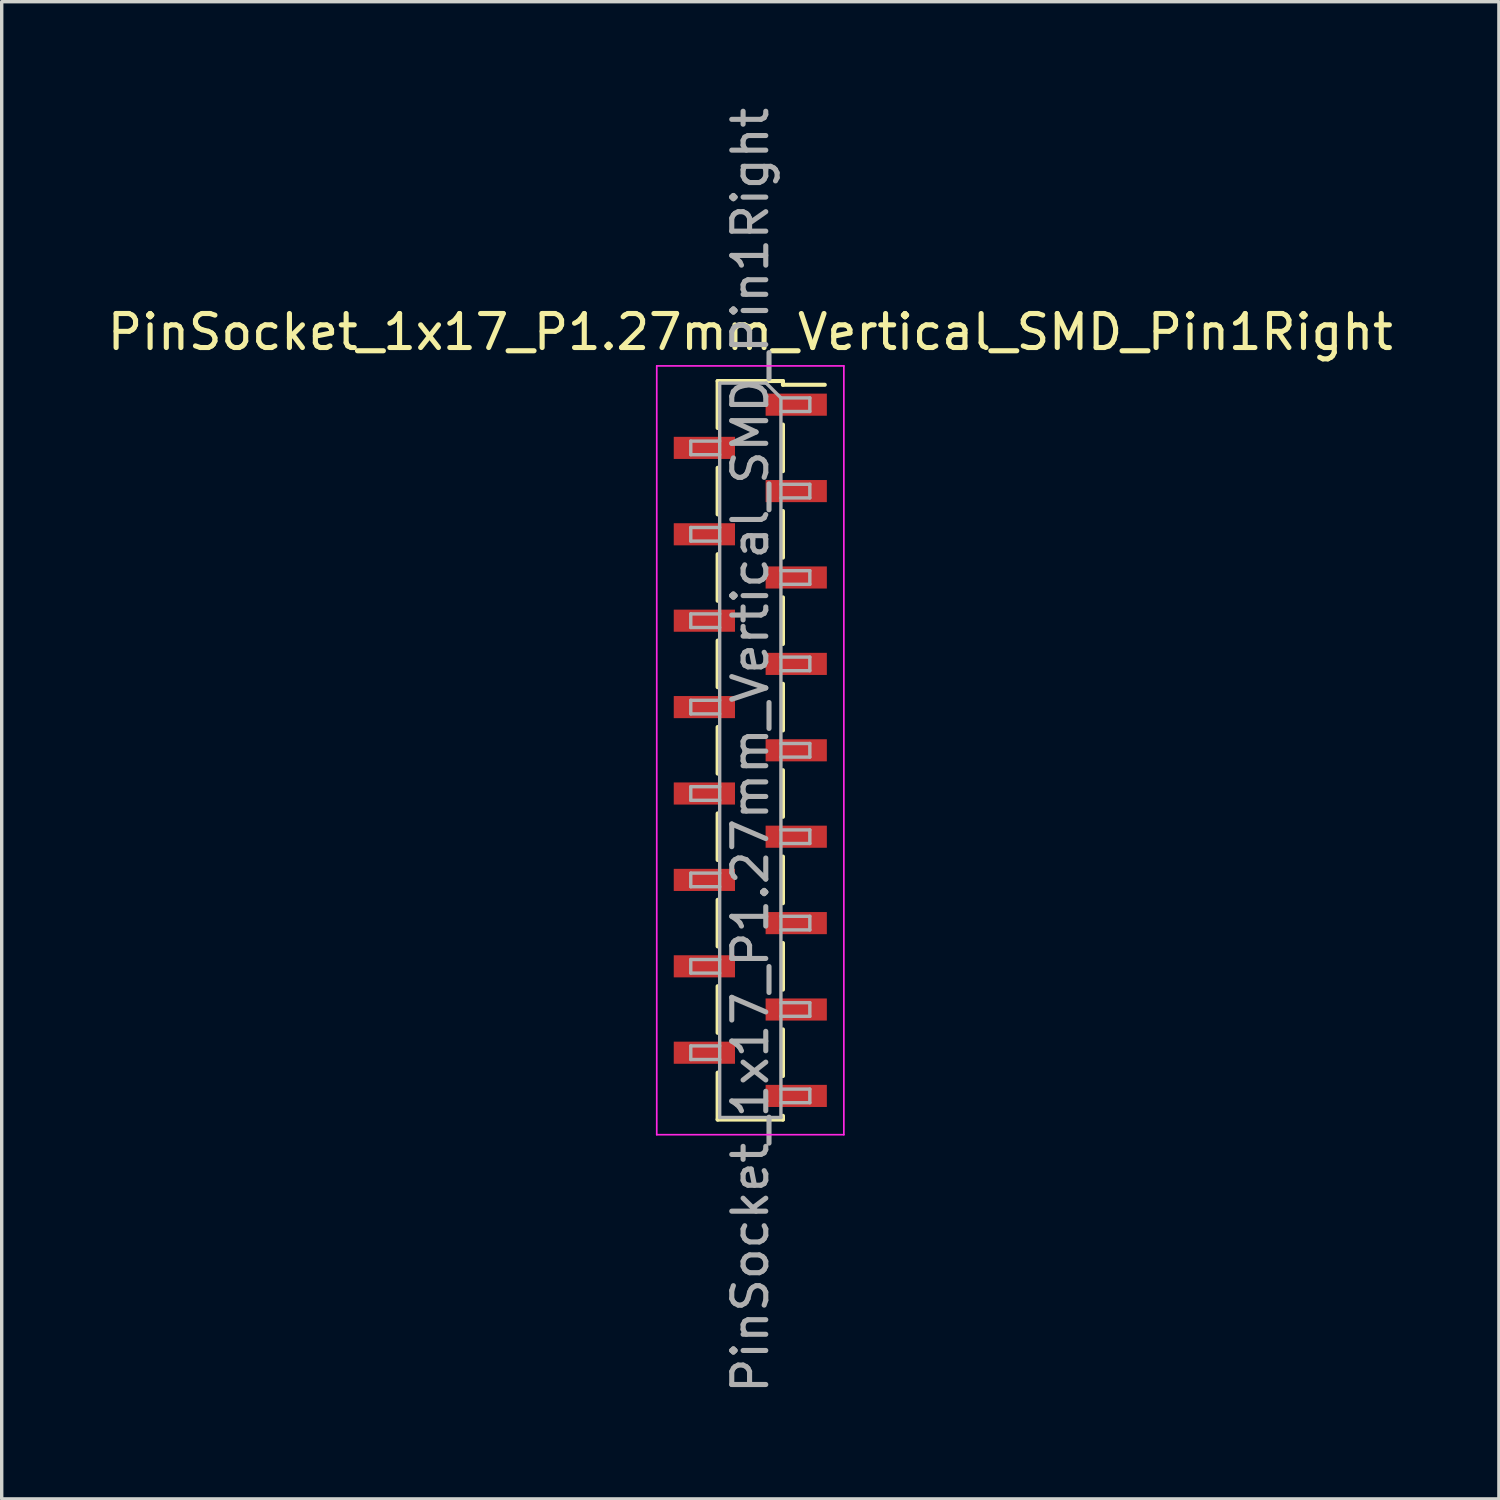
<source format=kicad_pcb>
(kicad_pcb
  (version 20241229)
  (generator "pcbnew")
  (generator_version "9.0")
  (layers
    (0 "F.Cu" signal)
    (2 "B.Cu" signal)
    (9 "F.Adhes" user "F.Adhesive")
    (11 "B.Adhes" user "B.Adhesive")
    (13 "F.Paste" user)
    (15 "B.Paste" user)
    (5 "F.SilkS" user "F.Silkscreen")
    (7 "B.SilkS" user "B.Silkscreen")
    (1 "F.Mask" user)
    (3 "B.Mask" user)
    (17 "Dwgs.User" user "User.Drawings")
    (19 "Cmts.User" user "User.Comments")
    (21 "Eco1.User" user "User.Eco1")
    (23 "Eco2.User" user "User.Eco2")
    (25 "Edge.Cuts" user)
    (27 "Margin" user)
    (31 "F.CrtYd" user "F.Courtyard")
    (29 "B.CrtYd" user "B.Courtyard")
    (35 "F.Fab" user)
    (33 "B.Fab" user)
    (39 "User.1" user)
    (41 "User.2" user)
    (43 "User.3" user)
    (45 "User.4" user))
  (footprint "PinSocket_1x17_P1.27mm_Vertical_SMD_Pin1Right"
    (layer "F.Cu")
    (at 19.006 19.006)
    (property "Reference" "PinSocket_1x17_P1.27mm_Vertical_SMD_Pin1Right" (at 0 -12.295 0) (layer "F.SilkS") (effects (font (size 1 1) (thickness 0.15))))
    (attr smd)
    (fp_line (start -0.96 -10.855) (end -0.96 -9.475) (stroke (width 0.12) (type solid)) (layer "F.SilkS"))
    (fp_line (start -0.96 -10.855) (end 0.96 -10.855) (stroke (width 0.12) (type solid)) (layer "F.SilkS"))
    (fp_line (start -0.96 -8.305) (end -0.96 -6.935) (stroke (width 0.12) (type solid)) (layer "F.SilkS"))
    (fp_line (start -0.96 -5.765) (end -0.96 -4.395) (stroke (width 0.12) (type solid)) (layer "F.SilkS"))
    (fp_line (start -0.96 -3.225) (end -0.96 -1.855) (stroke (width 0.12) (type solid)) (layer "F.SilkS"))
    (fp_line (start -0.96 -0.685) (end -0.96 0.685) (stroke (width 0.12) (type solid)) (layer "F.SilkS"))
    (fp_line (start -0.96 1.855) (end -0.96 3.225) (stroke (width 0.12) (type solid)) (layer "F.SilkS"))
    (fp_line (start -0.96 4.395) (end -0.96 5.765) (stroke (width 0.12) (type solid)) (layer "F.SilkS"))
    (fp_line (start -0.96 6.935) (end -0.96 8.305) (stroke (width 0.12) (type solid)) (layer "F.SilkS"))
    (fp_line (start -0.96 9.475) (end -0.96 10.855) (stroke (width 0.12) (type solid)) (layer "F.SilkS"))
    (fp_line (start -0.96 10.855) (end 0.96 10.855) (stroke (width 0.12) (type solid)) (layer "F.SilkS"))
    (fp_line (start 0.96 -10.855) (end 0.96 -10.745) (stroke (width 0.12) (type solid)) (layer "F.SilkS"))
    (fp_line (start 0.96 -10.745) (end 2.19 -10.745) (stroke (width 0.12) (type solid)) (layer "F.SilkS"))
    (fp_line (start 0.96 -9.575) (end 0.96 -8.205) (stroke (width 0.12) (type solid)) (layer "F.SilkS"))
    (fp_line (start 0.96 -7.035) (end 0.96 -5.665) (stroke (width 0.12) (type solid)) (layer "F.SilkS"))
    (fp_line (start 0.96 -4.495) (end 0.96 -3.125) (stroke (width 0.12) (type solid)) (layer "F.SilkS"))
    (fp_line (start 0.96 -1.955) (end 0.96 -0.585) (stroke (width 0.12) (type solid)) (layer "F.SilkS"))
    (fp_line (start 0.96 0.585) (end 0.96 1.955) (stroke (width 0.12) (type solid)) (layer "F.SilkS"))
    (fp_line (start 0.96 3.125) (end 0.96 4.495) (stroke (width 0.12) (type solid)) (layer "F.SilkS"))
    (fp_line (start 0.96 5.665) (end 0.96 7.035) (stroke (width 0.12) (type solid)) (layer "F.SilkS"))
    (fp_line (start 0.96 8.205) (end 0.96 9.575) (stroke (width 0.12) (type solid)) (layer "F.SilkS"))
    (fp_line (start 0.96 10.745) (end 0.96 10.855) (stroke (width 0.12) (type solid)) (layer "F.SilkS"))
    (fp_line (start -2.75 -11.3) (end 2.75 -11.3) (stroke (width 0.05) (type solid)) (layer "F.CrtYd"))
    (fp_line (start -2.75 11.3) (end -2.75 -11.3) (stroke (width 0.05) (type solid)) (layer "F.CrtYd"))
    (fp_line (start 2.75 -11.3) (end 2.75 11.3) (stroke (width 0.05) (type solid)) (layer "F.CrtYd"))
    (fp_line (start 2.75 11.3) (end -2.75 11.3) (stroke (width 0.05) (type solid)) (layer "F.CrtYd"))
    (fp_line (start -1.75 -9.09) (end -0.9 -9.09) (stroke (width 0.1) (type solid)) (layer "F.Fab"))
    (fp_line (start -1.75 -8.69) (end -1.75 -9.09) (stroke (width 0.1) (type solid)) (layer "F.Fab"))
    (fp_line (start -1.75 -6.55) (end -0.9 -6.55) (stroke (width 0.1) (type solid)) (layer "F.Fab"))
    (fp_line (start -1.75 -6.15) (end -1.75 -6.55) (stroke (width 0.1) (type solid)) (layer "F.Fab"))
    (fp_line (start -1.75 -4.01) (end -0.9 -4.01) (stroke (width 0.1) (type solid)) (layer "F.Fab"))
    (fp_line (start -1.75 -3.61) (end -1.75 -4.01) (stroke (width 0.1) (type solid)) (layer "F.Fab"))
    (fp_line (start -1.75 -1.47) (end -0.9 -1.47) (stroke (width 0.1) (type solid)) (layer "F.Fab"))
    (fp_line (start -1.75 -1.07) (end -1.75 -1.47) (stroke (width 0.1) (type solid)) (layer "F.Fab"))
    (fp_line (start -1.75 1.07) (end -0.9 1.07) (stroke (width 0.1) (type solid)) (layer "F.Fab"))
    (fp_line (start -1.75 1.47) (end -1.75 1.07) (stroke (width 0.1) (type solid)) (layer "F.Fab"))
    (fp_line (start -1.75 3.61) (end -0.9 3.61) (stroke (width 0.1) (type solid)) (layer "F.Fab"))
    (fp_line (start -1.75 4.01) (end -1.75 3.61) (stroke (width 0.1) (type solid)) (layer "F.Fab"))
    (fp_line (start -1.75 6.15) (end -0.9 6.15) (stroke (width 0.1) (type solid)) (layer "F.Fab"))
    (fp_line (start -1.75 6.55) (end -1.75 6.15) (stroke (width 0.1) (type solid)) (layer "F.Fab"))
    (fp_line (start -1.75 8.69) (end -0.9 8.69) (stroke (width 0.1) (type solid)) (layer "F.Fab"))
    (fp_line (start -1.75 9.09) (end -1.75 8.69) (stroke (width 0.1) (type solid)) (layer "F.Fab"))
    (fp_line (start -0.9 -10.795) (end 0.465 -10.795) (stroke (width 0.1) (type solid)) (layer "F.Fab"))
    (fp_line (start -0.9 -8.69) (end -1.75 -8.69) (stroke (width 0.1) (type solid)) (layer "F.Fab"))
    (fp_line (start -0.9 -6.15) (end -1.75 -6.15) (stroke (width 0.1) (type solid)) (layer "F.Fab"))
    (fp_line (start -0.9 -3.61) (end -1.75 -3.61) (stroke (width 0.1) (type solid)) (layer "F.Fab"))
    (fp_line (start -0.9 -1.07) (end -1.75 -1.07) (stroke (width 0.1) (type solid)) (layer "F.Fab"))
    (fp_line (start -0.9 1.47) (end -1.75 1.47) (stroke (width 0.1) (type solid)) (layer "F.Fab"))
    (fp_line (start -0.9 4.01) (end -1.75 4.01) (stroke (width 0.1) (type solid)) (layer "F.Fab"))
    (fp_line (start -0.9 6.55) (end -1.75 6.55) (stroke (width 0.1) (type solid)) (layer "F.Fab"))
    (fp_line (start -0.9 9.09) (end -1.75 9.09) (stroke (width 0.1) (type solid)) (layer "F.Fab"))
    (fp_line (start -0.9 10.795) (end -0.9 -10.795) (stroke (width 0.1) (type solid)) (layer "F.Fab"))
    (fp_line (start 0.465 -10.795) (end 0.9 -10.36) (stroke (width 0.1) (type solid)) (layer "F.Fab"))
    (fp_line (start 0.9 -10.36) (end 0.9 10.795) (stroke (width 0.1) (type solid)) (layer "F.Fab"))
    (fp_line (start 0.9 -10.36) (end 1.75 -10.36) (stroke (width 0.1) (type solid)) (layer "F.Fab"))
    (fp_line (start 0.9 -7.82) (end 1.75 -7.82) (stroke (width 0.1) (type solid)) (layer "F.Fab"))
    (fp_line (start 0.9 -5.28) (end 1.75 -5.28) (stroke (width 0.1) (type solid)) (layer "F.Fab"))
    (fp_line (start 0.9 -2.74) (end 1.75 -2.74) (stroke (width 0.1) (type solid)) (layer "F.Fab"))
    (fp_line (start 0.9 -0.2) (end 1.75 -0.2) (stroke (width 0.1) (type solid)) (layer "F.Fab"))
    (fp_line (start 0.9 2.34) (end 1.75 2.34) (stroke (width 0.1) (type solid)) (layer "F.Fab"))
    (fp_line (start 0.9 4.88) (end 1.75 4.88) (stroke (width 0.1) (type solid)) (layer "F.Fab"))
    (fp_line (start 0.9 7.42) (end 1.75 7.42) (stroke (width 0.1) (type solid)) (layer "F.Fab"))
    (fp_line (start 0.9 9.96) (end 1.75 9.96) (stroke (width 0.1) (type solid)) (layer "F.Fab"))
    (fp_line (start 0.9 10.795) (end -0.9 10.795) (stroke (width 0.1) (type solid)) (layer "F.Fab"))
    (fp_line (start 1.75 -10.36) (end 1.75 -9.96) (stroke (width 0.1) (type solid)) (layer "F.Fab"))
    (fp_line (start 1.75 -9.96) (end 0.9 -9.96) (stroke (width 0.1) (type solid)) (layer "F.Fab"))
    (fp_line (start 1.75 -7.82) (end 1.75 -7.42) (stroke (width 0.1) (type solid)) (layer "F.Fab"))
    (fp_line (start 1.75 -7.42) (end 0.9 -7.42) (stroke (width 0.1) (type solid)) (layer "F.Fab"))
    (fp_line (start 1.75 -5.28) (end 1.75 -4.88) (stroke (width 0.1) (type solid)) (layer "F.Fab"))
    (fp_line (start 1.75 -4.88) (end 0.9 -4.88) (stroke (width 0.1) (type solid)) (layer "F.Fab"))
    (fp_line (start 1.75 -2.74) (end 1.75 -2.34) (stroke (width 0.1) (type solid)) (layer "F.Fab"))
    (fp_line (start 1.75 -2.34) (end 0.9 -2.34) (stroke (width 0.1) (type solid)) (layer "F.Fab"))
    (fp_line (start 1.75 -0.2) (end 1.75 0.2) (stroke (width 0.1) (type solid)) (layer "F.Fab"))
    (fp_line (start 1.75 0.2) (end 0.9 0.2) (stroke (width 0.1) (type solid)) (layer "F.Fab"))
    (fp_line (start 1.75 2.34) (end 1.75 2.74) (stroke (width 0.1) (type solid)) (layer "F.Fab"))
    (fp_line (start 1.75 2.74) (end 0.9 2.74) (stroke (width 0.1) (type solid)) (layer "F.Fab"))
    (fp_line (start 1.75 4.88) (end 1.75 5.28) (stroke (width 0.1) (type solid)) (layer "F.Fab"))
    (fp_line (start 1.75 5.28) (end 0.9 5.28) (stroke (width 0.1) (type solid)) (layer "F.Fab"))
    (fp_line (start 1.75 7.42) (end 1.75 7.82) (stroke (width 0.1) (type solid)) (layer "F.Fab"))
    (fp_line (start 1.75 7.82) (end 0.9 7.82) (stroke (width 0.1) (type solid)) (layer "F.Fab"))
    (fp_line (start 1.75 9.96) (end 1.75 10.36) (stroke (width 0.1) (type solid)) (layer "F.Fab"))
    (fp_line (start 1.75 10.36) (end 0.9 10.36) (stroke (width 0.1) (type solid)) (layer "F.Fab"))
    (fp_text user "${REFERENCE}" (at 0 0 90) (layer "F.Fab") (effects (font (size 1 1) (thickness 0.15))))
    (pad "1" smd rect (at 1.35 -10.16) (size 1.8 0.65) (layers "F.Cu" "F.Mask" "F.Paste"))
    (pad "2" smd rect (at -1.35 -8.89) (size 1.8 0.65) (layers "F.Cu" "F.Mask" "F.Paste"))
    (pad "3" smd rect (at 1.35 -7.62) (size 1.8 0.65) (layers "F.Cu" "F.Mask" "F.Paste"))
    (pad "4" smd rect (at -1.35 -6.35) (size 1.8 0.65) (layers "F.Cu" "F.Mask" "F.Paste"))
    (pad "5" smd rect (at 1.35 -5.08) (size 1.8 0.65) (layers "F.Cu" "F.Mask" "F.Paste"))
    (pad "6" smd rect (at -1.35 -3.81) (size 1.8 0.65) (layers "F.Cu" "F.Mask" "F.Paste"))
    (pad "7" smd rect (at 1.35 -2.54) (size 1.8 0.65) (layers "F.Cu" "F.Mask" "F.Paste"))
    (pad "8" smd rect (at -1.35 -1.27) (size 1.8 0.65) (layers "F.Cu" "F.Mask" "F.Paste"))
    (pad "9" smd rect (at 1.35 0) (size 1.8 0.65) (layers "F.Cu" "F.Mask" "F.Paste"))
    (pad "10" smd rect (at -1.35 1.27) (size 1.8 0.65) (layers "F.Cu" "F.Mask" "F.Paste"))
    (pad "11" smd rect (at 1.35 2.54) (size 1.8 0.65) (layers "F.Cu" "F.Mask" "F.Paste"))
    (pad "12" smd rect (at -1.35 3.81) (size 1.8 0.65) (layers "F.Cu" "F.Mask" "F.Paste"))
    (pad "13" smd rect (at 1.35 5.08) (size 1.8 0.65) (layers "F.Cu" "F.Mask" "F.Paste"))
    (pad "14" smd rect (at -1.35 6.35) (size 1.8 0.65) (layers "F.Cu" "F.Mask" "F.Paste"))
    (pad "15" smd rect (at 1.35 7.62) (size 1.8 0.65) (layers "F.Cu" "F.Mask" "F.Paste"))
    (pad "16" smd rect (at -1.35 8.89) (size 1.8 0.65) (layers "F.Cu" "F.Mask" "F.Paste"))
    (pad "17" smd rect (at 1.35 10.16) (size 1.8 0.65) (layers "F.Cu" "F.Mask" "F.Paste")))
  (gr_rect
    (start -3 -3)
    (end 41.012 41.012)
    (stroke (width 0.1) (type default))
    (fill no)
    (layer "Edge.Cuts")))
</source>
